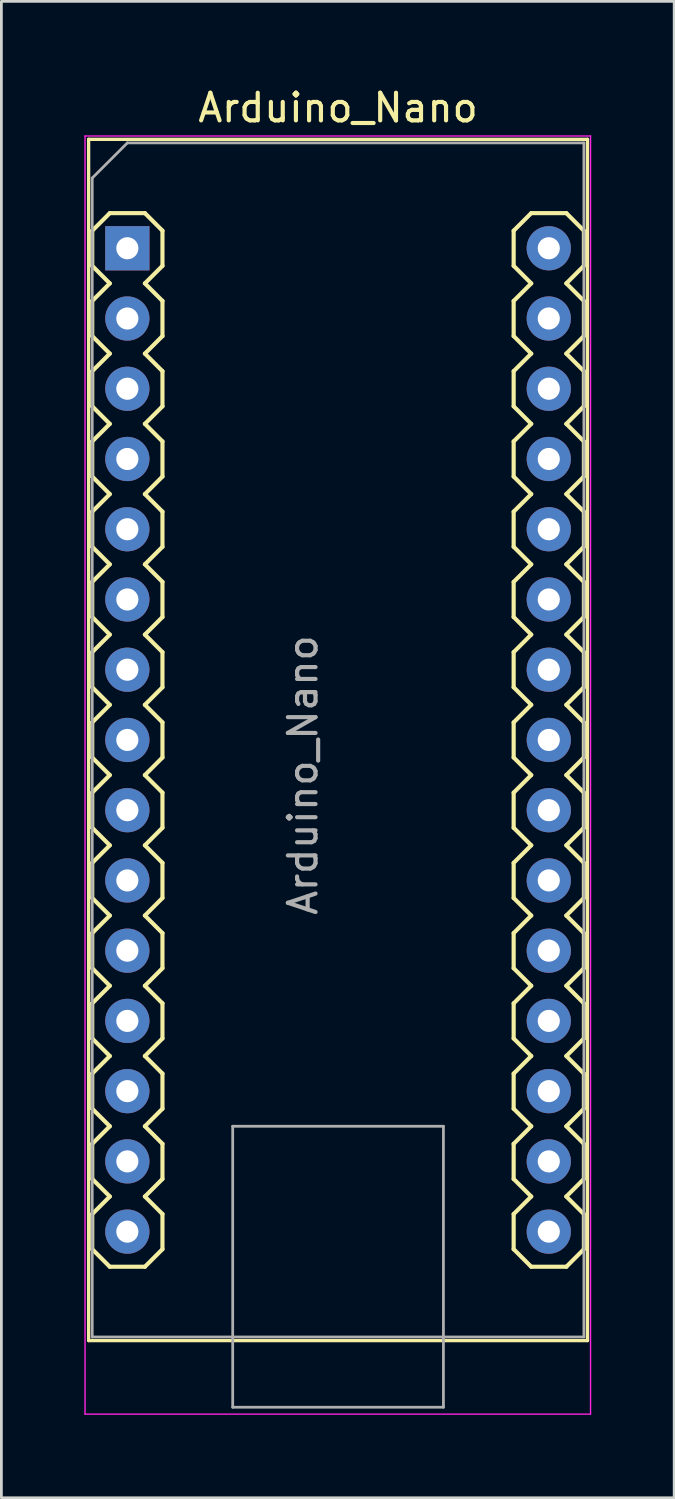
<source format=kicad_pcb>
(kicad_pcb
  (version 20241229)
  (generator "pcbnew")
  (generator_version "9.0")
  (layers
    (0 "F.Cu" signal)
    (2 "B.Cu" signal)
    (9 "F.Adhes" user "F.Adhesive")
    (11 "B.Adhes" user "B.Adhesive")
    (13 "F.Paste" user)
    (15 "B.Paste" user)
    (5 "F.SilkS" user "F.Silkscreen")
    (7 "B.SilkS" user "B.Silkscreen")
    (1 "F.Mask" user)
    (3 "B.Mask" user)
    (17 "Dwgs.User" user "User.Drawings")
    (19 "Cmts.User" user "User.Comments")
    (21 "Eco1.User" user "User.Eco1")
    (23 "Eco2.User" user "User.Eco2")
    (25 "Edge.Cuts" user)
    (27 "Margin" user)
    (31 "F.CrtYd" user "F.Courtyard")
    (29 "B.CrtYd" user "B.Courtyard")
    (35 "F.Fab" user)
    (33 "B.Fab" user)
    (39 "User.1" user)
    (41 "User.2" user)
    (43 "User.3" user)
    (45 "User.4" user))
  (footprint "Arduino_Nano"
    (layer "F.Cu")
    (at 1.555 5.928)
    (property "Reference" "Arduino_Nano" (at 7.62 -5.08 0) (layer "F.SilkS") (effects (font (size 1 1) (thickness 0.15))))
    (attr through_hole)
    (fp_line (start -1.4 -3.94) (end -1.4 39.5) (stroke (width 0.12) (type solid)) (layer "F.SilkS"))
    (fp_line (start -1.4 39.5) (end 16.64 39.5) (stroke (width 0.12) (type solid)) (layer "F.SilkS"))
    (fp_line (start -1.27 -0.635) (end -1.27 0.635) (stroke (width 0.15) (type solid)) (layer "F.SilkS"))
    (fp_line (start -1.27 0.635) (end -0.635 1.27) (stroke (width 0.15) (type solid)) (layer "F.SilkS"))
    (fp_line (start -1.27 1.905) (end -1.27 3.175) (stroke (width 0.15) (type solid)) (layer "F.SilkS"))
    (fp_line (start -1.27 3.175) (end -0.635 3.81) (stroke (width 0.15) (type solid)) (layer "F.SilkS"))
    (fp_line (start -1.27 4.445) (end -1.27 5.715) (stroke (width 0.15) (type solid)) (layer "F.SilkS"))
    (fp_line (start -1.27 5.715) (end -0.635 6.35) (stroke (width 0.15) (type solid)) (layer "F.SilkS"))
    (fp_line (start -1.27 6.985) (end -1.27 8.255) (stroke (width 0.15) (type solid)) (layer "F.SilkS"))
    (fp_line (start -1.27 8.255) (end -0.635 8.89) (stroke (width 0.15) (type solid)) (layer "F.SilkS"))
    (fp_line (start -1.27 9.525) (end -1.27 10.795) (stroke (width 0.15) (type solid)) (layer "F.SilkS"))
    (fp_line (start -1.27 10.795) (end -0.635 11.43) (stroke (width 0.15) (type solid)) (layer "F.SilkS"))
    (fp_line (start -1.27 12.065) (end -1.27 13.335) (stroke (width 0.15) (type solid)) (layer "F.SilkS"))
    (fp_line (start -1.27 13.335) (end -0.635 13.97) (stroke (width 0.15) (type solid)) (layer "F.SilkS"))
    (fp_line (start -1.27 14.605) (end -1.27 15.875) (stroke (width 0.15) (type solid)) (layer "F.SilkS"))
    (fp_line (start -1.27 15.875) (end -0.635 16.51) (stroke (width 0.15) (type solid)) (layer "F.SilkS"))
    (fp_line (start -1.27 17.145) (end -1.27 18.415) (stroke (width 0.15) (type solid)) (layer "F.SilkS"))
    (fp_line (start -1.27 18.415) (end -0.635 19.05) (stroke (width 0.15) (type solid)) (layer "F.SilkS"))
    (fp_line (start -1.27 19.685) (end -1.27 20.955) (stroke (width 0.15) (type solid)) (layer "F.SilkS"))
    (fp_line (start -1.27 20.955) (end -0.635 21.59) (stroke (width 0.15) (type solid)) (layer "F.SilkS"))
    (fp_line (start -1.27 22.225) (end -1.27 23.495) (stroke (width 0.15) (type solid)) (layer "F.SilkS"))
    (fp_line (start -1.27 23.495) (end -0.635 24.13) (stroke (width 0.15) (type solid)) (layer "F.SilkS"))
    (fp_line (start -1.27 24.765) (end -1.27 26.035) (stroke (width 0.15) (type solid)) (layer "F.SilkS"))
    (fp_line (start -1.27 26.035) (end -0.635 26.67) (stroke (width 0.15) (type solid)) (layer "F.SilkS"))
    (fp_line (start -1.27 27.305) (end -1.27 28.575) (stroke (width 0.15) (type solid)) (layer "F.SilkS"))
    (fp_line (start -1.27 28.575) (end -0.635 29.21) (stroke (width 0.15) (type solid)) (layer "F.SilkS"))
    (fp_line (start -1.27 29.845) (end -1.27 31.115) (stroke (width 0.15) (type solid)) (layer "F.SilkS"))
    (fp_line (start -1.27 31.115) (end -0.635 31.75) (stroke (width 0.15) (type solid)) (layer "F.SilkS"))
    (fp_line (start -1.27 32.385) (end -1.27 33.655) (stroke (width 0.15) (type solid)) (layer "F.SilkS"))
    (fp_line (start -1.27 33.655) (end -0.635 34.29) (stroke (width 0.15) (type solid)) (layer "F.SilkS"))
    (fp_line (start -1.27 34.925) (end -1.27 36.195) (stroke (width 0.15) (type solid)) (layer "F.SilkS"))
    (fp_line (start -1.27 36.195) (end -0.635 36.83) (stroke (width 0.15) (type solid)) (layer "F.SilkS"))
    (fp_line (start -0.635 -1.27) (end -1.27 -0.635) (stroke (width 0.15) (type solid)) (layer "F.SilkS"))
    (fp_line (start -0.635 -1.27) (end 0.635 -1.27) (stroke (width 0.15) (type solid)) (layer "F.SilkS"))
    (fp_line (start -0.635 1.27) (end -1.27 1.905) (stroke (width 0.15) (type solid)) (layer "F.SilkS"))
    (fp_line (start -0.635 3.81) (end -1.27 4.445) (stroke (width 0.15) (type solid)) (layer "F.SilkS"))
    (fp_line (start -0.635 6.35) (end -1.27 6.985) (stroke (width 0.15) (type solid)) (layer "F.SilkS"))
    (fp_line (start -0.635 8.89) (end -1.27 9.525) (stroke (width 0.15) (type solid)) (layer "F.SilkS"))
    (fp_line (start -0.635 11.43) (end -1.27 12.065) (stroke (width 0.15) (type solid)) (layer "F.SilkS"))
    (fp_line (start -0.635 13.97) (end -1.27 14.605) (stroke (width 0.15) (type solid)) (layer "F.SilkS"))
    (fp_line (start -0.635 16.51) (end -1.27 17.145) (stroke (width 0.15) (type solid)) (layer "F.SilkS"))
    (fp_line (start -0.635 19.05) (end -1.27 19.685) (stroke (width 0.15) (type solid)) (layer "F.SilkS"))
    (fp_line (start -0.635 21.59) (end -1.27 22.225) (stroke (width 0.15) (type solid)) (layer "F.SilkS"))
    (fp_line (start -0.635 24.13) (end -1.27 24.765) (stroke (width 0.15) (type solid)) (layer "F.SilkS"))
    (fp_line (start -0.635 26.67) (end -1.27 27.305) (stroke (width 0.15) (type solid)) (layer "F.SilkS"))
    (fp_line (start -0.635 29.21) (end -1.27 29.845) (stroke (width 0.15) (type solid)) (layer "F.SilkS"))
    (fp_line (start -0.635 31.75) (end -1.27 32.385) (stroke (width 0.15) (type solid)) (layer "F.SilkS"))
    (fp_line (start -0.635 34.29) (end -1.27 34.925) (stroke (width 0.15) (type solid)) (layer "F.SilkS"))
    (fp_line (start -0.635 36.83) (end 0.635 36.83) (stroke (width 0.15) (type solid)) (layer "F.SilkS"))
    (fp_line (start 0.635 1.27) (end 1.27 0.635) (stroke (width 0.15) (type solid)) (layer "F.SilkS"))
    (fp_line (start 0.635 3.81) (end 1.27 3.175) (stroke (width 0.15) (type solid)) (layer "F.SilkS"))
    (fp_line (start 0.635 6.35) (end 1.27 5.715) (stroke (width 0.15) (type solid)) (layer "F.SilkS"))
    (fp_line (start 0.635 8.89) (end 1.27 8.255) (stroke (width 0.15) (type solid)) (layer "F.SilkS"))
    (fp_line (start 0.635 11.43) (end 1.27 10.795) (stroke (width 0.15) (type solid)) (layer "F.SilkS"))
    (fp_line (start 0.635 13.97) (end 1.27 13.335) (stroke (width 0.15) (type solid)) (layer "F.SilkS"))
    (fp_line (start 0.635 16.51) (end 1.27 15.875) (stroke (width 0.15) (type solid)) (layer "F.SilkS"))
    (fp_line (start 0.635 19.05) (end 1.27 18.415) (stroke (width 0.15) (type solid)) (layer "F.SilkS"))
    (fp_line (start 0.635 21.59) (end 1.27 20.955) (stroke (width 0.15) (type solid)) (layer "F.SilkS"))
    (fp_line (start 0.635 24.13) (end 1.27 23.495) (stroke (width 0.15) (type solid)) (layer "F.SilkS"))
    (fp_line (start 0.635 26.67) (end 1.27 26.035) (stroke (width 0.15) (type solid)) (layer "F.SilkS"))
    (fp_line (start 0.635 29.21) (end 1.27 28.575) (stroke (width 0.15) (type solid)) (layer "F.SilkS"))
    (fp_line (start 0.635 31.75) (end 1.27 31.115) (stroke (width 0.15) (type solid)) (layer "F.SilkS"))
    (fp_line (start 0.635 34.29) (end 1.27 33.655) (stroke (width 0.15) (type solid)) (layer "F.SilkS"))
    (fp_line (start 0.635 36.83) (end 1.27 36.195) (stroke (width 0.15) (type solid)) (layer "F.SilkS"))
    (fp_line (start 1.27 -0.635) (end 0.635 -1.27) (stroke (width 0.15) (type solid)) (layer "F.SilkS"))
    (fp_line (start 1.27 0.635) (end 1.27 -0.635) (stroke (width 0.15) (type solid)) (layer "F.SilkS"))
    (fp_line (start 1.27 1.905) (end 0.635 1.27) (stroke (width 0.15) (type solid)) (layer "F.SilkS"))
    (fp_line (start 1.27 3.175) (end 1.27 1.905) (stroke (width 0.15) (type solid)) (layer "F.SilkS"))
    (fp_line (start 1.27 4.445) (end 0.635 3.81) (stroke (width 0.15) (type solid)) (layer "F.SilkS"))
    (fp_line (start 1.27 5.715) (end 1.27 4.445) (stroke (width 0.15) (type solid)) (layer "F.SilkS"))
    (fp_line (start 1.27 6.985) (end 0.635 6.35) (stroke (width 0.15) (type solid)) (layer "F.SilkS"))
    (fp_line (start 1.27 8.255) (end 1.27 6.985) (stroke (width 0.15) (type solid)) (layer "F.SilkS"))
    (fp_line (start 1.27 9.525) (end 0.635 8.89) (stroke (width 0.15) (type solid)) (layer "F.SilkS"))
    (fp_line (start 1.27 10.795) (end 1.27 9.525) (stroke (width 0.15) (type solid)) (layer "F.SilkS"))
    (fp_line (start 1.27 12.065) (end 0.635 11.43) (stroke (width 0.15) (type solid)) (layer "F.SilkS"))
    (fp_line (start 1.27 13.335) (end 1.27 12.065) (stroke (width 0.15) (type solid)) (layer "F.SilkS"))
    (fp_line (start 1.27 14.605) (end 0.635 13.97) (stroke (width 0.15) (type solid)) (layer "F.SilkS"))
    (fp_line (start 1.27 15.875) (end 1.27 14.605) (stroke (width 0.15) (type solid)) (layer "F.SilkS"))
    (fp_line (start 1.27 17.145) (end 0.635 16.51) (stroke (width 0.15) (type solid)) (layer "F.SilkS"))
    (fp_line (start 1.27 18.415) (end 1.27 17.145) (stroke (width 0.15) (type solid)) (layer "F.SilkS"))
    (fp_line (start 1.27 19.685) (end 0.635 19.05) (stroke (width 0.15) (type solid)) (layer "F.SilkS"))
    (fp_line (start 1.27 20.955) (end 1.27 19.685) (stroke (width 0.15) (type solid)) (layer "F.SilkS"))
    (fp_line (start 1.27 22.225) (end 0.635 21.59) (stroke (width 0.15) (type solid)) (layer "F.SilkS"))
    (fp_line (start 1.27 23.495) (end 1.27 22.225) (stroke (width 0.15) (type solid)) (layer "F.SilkS"))
    (fp_line (start 1.27 24.765) (end 0.635 24.13) (stroke (width 0.15) (type solid)) (layer "F.SilkS"))
    (fp_line (start 1.27 26.035) (end 1.27 24.765) (stroke (width 0.15) (type solid)) (layer "F.SilkS"))
    (fp_line (start 1.27 27.305) (end 0.635 26.67) (stroke (width 0.15) (type solid)) (layer "F.SilkS"))
    (fp_line (start 1.27 28.575) (end 1.27 27.305) (stroke (width 0.15) (type solid)) (layer "F.SilkS"))
    (fp_line (start 1.27 29.845) (end 0.635 29.21) (stroke (width 0.15) (type solid)) (layer "F.SilkS"))
    (fp_line (start 1.27 31.115) (end 1.27 29.845) (stroke (width 0.15) (type solid)) (layer "F.SilkS"))
    (fp_line (start 1.27 32.385) (end 0.635 31.75) (stroke (width 0.15) (type solid)) (layer "F.SilkS"))
    (fp_line (start 1.27 33.655) (end 1.27 32.385) (stroke (width 0.15) (type solid)) (layer "F.SilkS"))
    (fp_line (start 1.27 34.925) (end 0.635 34.29) (stroke (width 0.15) (type solid)) (layer "F.SilkS"))
    (fp_line (start 1.27 36.195) (end 1.27 34.925) (stroke (width 0.15) (type solid)) (layer "F.SilkS"))
    (fp_line (start 13.97 -0.635) (end 13.97 0.635) (stroke (width 0.15) (type solid)) (layer "F.SilkS"))
    (fp_line (start 13.97 0.635) (end 14.605 1.27) (stroke (width 0.15) (type solid)) (layer "F.SilkS"))
    (fp_line (start 13.97 1.905) (end 13.97 3.175) (stroke (width 0.15) (type solid)) (layer "F.SilkS"))
    (fp_line (start 13.97 3.175) (end 14.605 3.81) (stroke (width 0.15) (type solid)) (layer "F.SilkS"))
    (fp_line (start 13.97 4.445) (end 13.97 5.715) (stroke (width 0.15) (type solid)) (layer "F.SilkS"))
    (fp_line (start 13.97 5.715) (end 14.605 6.35) (stroke (width 0.15) (type solid)) (layer "F.SilkS"))
    (fp_line (start 13.97 6.985) (end 13.97 8.255) (stroke (width 0.15) (type solid)) (layer "F.SilkS"))
    (fp_line (start 13.97 8.255) (end 14.605 8.89) (stroke (width 0.15) (type solid)) (layer "F.SilkS"))
    (fp_line (start 13.97 9.525) (end 13.97 10.795) (stroke (width 0.15) (type solid)) (layer "F.SilkS"))
    (fp_line (start 13.97 10.795) (end 14.605 11.43) (stroke (width 0.15) (type solid)) (layer "F.SilkS"))
    (fp_line (start 13.97 12.065) (end 13.97 13.335) (stroke (width 0.15) (type solid)) (layer "F.SilkS"))
    (fp_line (start 13.97 13.335) (end 14.605 13.97) (stroke (width 0.15) (type solid)) (layer "F.SilkS"))
    (fp_line (start 13.97 14.605) (end 13.97 15.875) (stroke (width 0.15) (type solid)) (layer "F.SilkS"))
    (fp_line (start 13.97 15.875) (end 14.605 16.51) (stroke (width 0.15) (type solid)) (layer "F.SilkS"))
    (fp_line (start 13.97 17.145) (end 13.97 18.415) (stroke (width 0.15) (type solid)) (layer "F.SilkS"))
    (fp_line (start 13.97 18.415) (end 14.605 19.05) (stroke (width 0.15) (type solid)) (layer "F.SilkS"))
    (fp_line (start 13.97 19.685) (end 13.97 20.955) (stroke (width 0.15) (type solid)) (layer "F.SilkS"))
    (fp_line (start 13.97 20.955) (end 14.605 21.59) (stroke (width 0.15) (type solid)) (layer "F.SilkS"))
    (fp_line (start 13.97 22.225) (end 13.97 23.495) (stroke (width 0.15) (type solid)) (layer "F.SilkS"))
    (fp_line (start 13.97 23.495) (end 14.605 24.13) (stroke (width 0.15) (type solid)) (layer "F.SilkS"))
    (fp_line (start 13.97 24.765) (end 13.97 26.035) (stroke (width 0.15) (type solid)) (layer "F.SilkS"))
    (fp_line (start 13.97 26.035) (end 14.605 26.67) (stroke (width 0.15) (type solid)) (layer "F.SilkS"))
    (fp_line (start 13.97 27.305) (end 13.97 28.575) (stroke (width 0.15) (type solid)) (layer "F.SilkS"))
    (fp_line (start 13.97 28.575) (end 14.605 29.21) (stroke (width 0.15) (type solid)) (layer "F.SilkS"))
    (fp_line (start 13.97 29.845) (end 13.97 31.115) (stroke (width 0.15) (type solid)) (layer "F.SilkS"))
    (fp_line (start 13.97 31.115) (end 14.605 31.75) (stroke (width 0.15) (type solid)) (layer "F.SilkS"))
    (fp_line (start 13.97 32.385) (end 13.97 33.655) (stroke (width 0.15) (type solid)) (layer "F.SilkS"))
    (fp_line (start 13.97 33.655) (end 14.605 34.29) (stroke (width 0.15) (type solid)) (layer "F.SilkS"))
    (fp_line (start 13.97 34.925) (end 13.97 36.195) (stroke (width 0.15) (type solid)) (layer "F.SilkS"))
    (fp_line (start 13.97 36.195) (end 14.605 36.83) (stroke (width 0.15) (type solid)) (layer "F.SilkS"))
    (fp_line (start 14.605 -1.27) (end 13.97 -0.635) (stroke (width 0.15) (type solid)) (layer "F.SilkS"))
    (fp_line (start 14.605 1.27) (end 13.97 1.905) (stroke (width 0.15) (type solid)) (layer "F.SilkS"))
    (fp_line (start 14.605 3.81) (end 13.97 4.445) (stroke (width 0.15) (type solid)) (layer "F.SilkS"))
    (fp_line (start 14.605 6.35) (end 13.97 6.985) (stroke (width 0.15) (type solid)) (layer "F.SilkS"))
    (fp_line (start 14.605 8.89) (end 13.97 9.525) (stroke (width 0.15) (type solid)) (layer "F.SilkS"))
    (fp_line (start 14.605 11.43) (end 13.97 12.065) (stroke (width 0.15) (type solid)) (layer "F.SilkS"))
    (fp_line (start 14.605 13.97) (end 13.97 14.605) (stroke (width 0.15) (type solid)) (layer "F.SilkS"))
    (fp_line (start 14.605 16.51) (end 13.97 17.145) (stroke (width 0.15) (type solid)) (layer "F.SilkS"))
    (fp_line (start 14.605 19.05) (end 13.97 19.685) (stroke (width 0.15) (type solid)) (layer "F.SilkS"))
    (fp_line (start 14.605 21.59) (end 13.97 22.225) (stroke (width 0.15) (type solid)) (layer "F.SilkS"))
    (fp_line (start 14.605 24.13) (end 13.97 24.765) (stroke (width 0.15) (type solid)) (layer "F.SilkS"))
    (fp_line (start 14.605 26.67) (end 13.97 27.305) (stroke (width 0.15) (type solid)) (layer "F.SilkS"))
    (fp_line (start 14.605 29.21) (end 13.97 29.845) (stroke (width 0.15) (type solid)) (layer "F.SilkS"))
    (fp_line (start 14.605 31.75) (end 13.97 32.385) (stroke (width 0.15) (type solid)) (layer "F.SilkS"))
    (fp_line (start 14.605 34.29) (end 13.97 34.925) (stroke (width 0.15) (type solid)) (layer "F.SilkS"))
    (fp_line (start 14.605 36.83) (end 15.875 36.83) (stroke (width 0.15) (type solid)) (layer "F.SilkS"))
    (fp_line (start 15.875 -1.27) (end 14.605 -1.27) (stroke (width 0.15) (type solid)) (layer "F.SilkS"))
    (fp_line (start 15.875 1.27) (end 16.51 0.635) (stroke (width 0.15) (type solid)) (layer "F.SilkS"))
    (fp_line (start 15.875 3.81) (end 16.51 3.175) (stroke (width 0.15) (type solid)) (layer "F.SilkS"))
    (fp_line (start 15.875 6.35) (end 16.51 5.715) (stroke (width 0.15) (type solid)) (layer "F.SilkS"))
    (fp_line (start 15.875 8.89) (end 16.51 8.255) (stroke (width 0.15) (type solid)) (layer "F.SilkS"))
    (fp_line (start 15.875 11.43) (end 16.51 10.795) (stroke (width 0.15) (type solid)) (layer "F.SilkS"))
    (fp_line (start 15.875 13.97) (end 16.51 13.335) (stroke (width 0.15) (type solid)) (layer "F.SilkS"))
    (fp_line (start 15.875 16.51) (end 16.51 15.875) (stroke (width 0.15) (type solid)) (layer "F.SilkS"))
    (fp_line (start 15.875 19.05) (end 16.51 18.415) (stroke (width 0.15) (type solid)) (layer "F.SilkS"))
    (fp_line (start 15.875 21.59) (end 16.51 20.955) (stroke (width 0.15) (type solid)) (layer "F.SilkS"))
    (fp_line (start 15.875 24.13) (end 16.51 23.495) (stroke (width 0.15) (type solid)) (layer "F.SilkS"))
    (fp_line (start 15.875 26.67) (end 16.51 26.035) (stroke (width 0.15) (type solid)) (layer "F.SilkS"))
    (fp_line (start 15.875 29.21) (end 16.51 28.575) (stroke (width 0.15) (type solid)) (layer "F.SilkS"))
    (fp_line (start 15.875 31.75) (end 16.51 31.115) (stroke (width 0.15) (type solid)) (layer "F.SilkS"))
    (fp_line (start 15.875 34.29) (end 16.51 33.655) (stroke (width 0.15) (type solid)) (layer "F.SilkS"))
    (fp_line (start 15.875 36.83) (end 16.51 36.195) (stroke (width 0.15) (type solid)) (layer "F.SilkS"))
    (fp_line (start 16.51 -0.635) (end 15.875 -1.27) (stroke (width 0.15) (type solid)) (layer "F.SilkS"))
    (fp_line (start 16.51 0.635) (end 16.51 -0.635) (stroke (width 0.15) (type solid)) (layer "F.SilkS"))
    (fp_line (start 16.51 1.905) (end 15.875 1.27) (stroke (width 0.15) (type solid)) (layer "F.SilkS"))
    (fp_line (start 16.51 3.175) (end 16.51 1.905) (stroke (width 0.15) (type solid)) (layer "F.SilkS"))
    (fp_line (start 16.51 4.445) (end 15.875 3.81) (stroke (width 0.15) (type solid)) (layer "F.SilkS"))
    (fp_line (start 16.51 5.715) (end 16.51 4.445) (stroke (width 0.15) (type solid)) (layer "F.SilkS"))
    (fp_line (start 16.51 6.985) (end 15.875 6.35) (stroke (width 0.15) (type solid)) (layer "F.SilkS"))
    (fp_line (start 16.51 8.255) (end 16.51 6.985) (stroke (width 0.15) (type solid)) (layer "F.SilkS"))
    (fp_line (start 16.51 9.525) (end 15.875 8.89) (stroke (width 0.15) (type solid)) (layer "F.SilkS"))
    (fp_line (start 16.51 10.795) (end 16.51 9.525) (stroke (width 0.15) (type solid)) (layer "F.SilkS"))
    (fp_line (start 16.51 12.065) (end 15.875 11.43) (stroke (width 0.15) (type solid)) (layer "F.SilkS"))
    (fp_line (start 16.51 13.335) (end 16.51 12.065) (stroke (width 0.15) (type solid)) (layer "F.SilkS"))
    (fp_line (start 16.51 14.605) (end 15.875 13.97) (stroke (width 0.15) (type solid)) (layer "F.SilkS"))
    (fp_line (start 16.51 15.875) (end 16.51 14.605) (stroke (width 0.15) (type solid)) (layer "F.SilkS"))
    (fp_line (start 16.51 17.145) (end 15.875 16.51) (stroke (width 0.15) (type solid)) (layer "F.SilkS"))
    (fp_line (start 16.51 18.415) (end 16.51 17.145) (stroke (width 0.15) (type solid)) (layer "F.SilkS"))
    (fp_line (start 16.51 19.685) (end 15.875 19.05) (stroke (width 0.15) (type solid)) (layer "F.SilkS"))
    (fp_line (start 16.51 20.955) (end 16.51 19.685) (stroke (width 0.15) (type solid)) (layer "F.SilkS"))
    (fp_line (start 16.51 22.225) (end 15.875 21.59) (stroke (width 0.15) (type solid)) (layer "F.SilkS"))
    (fp_line (start 16.51 23.495) (end 16.51 22.225) (stroke (width 0.15) (type solid)) (layer "F.SilkS"))
    (fp_line (start 16.51 24.765) (end 15.875 24.13) (stroke (width 0.15) (type solid)) (layer "F.SilkS"))
    (fp_line (start 16.51 26.035) (end 16.51 24.765) (stroke (width 0.15) (type solid)) (layer "F.SilkS"))
    (fp_line (start 16.51 27.305) (end 15.875 26.67) (stroke (width 0.15) (type solid)) (layer "F.SilkS"))
    (fp_line (start 16.51 28.575) (end 16.51 27.305) (stroke (width 0.15) (type solid)) (layer "F.SilkS"))
    (fp_line (start 16.51 29.845) (end 15.875 29.21) (stroke (width 0.15) (type solid)) (layer "F.SilkS"))
    (fp_line (start 16.51 31.115) (end 16.51 29.845) (stroke (width 0.15) (type solid)) (layer "F.SilkS"))
    (fp_line (start 16.51 32.385) (end 15.875 31.75) (stroke (width 0.15) (type solid)) (layer "F.SilkS"))
    (fp_line (start 16.51 33.655) (end 16.51 32.385) (stroke (width 0.15) (type solid)) (layer "F.SilkS"))
    (fp_line (start 16.51 34.925) (end 15.875 34.29) (stroke (width 0.15) (type solid)) (layer "F.SilkS"))
    (fp_line (start 16.51 36.195) (end 16.51 34.925) (stroke (width 0.15) (type solid)) (layer "F.SilkS"))
    (fp_line (start 16.64 -3.94) (end -1.4 -3.94) (stroke (width 0.12) (type solid)) (layer "F.SilkS"))
    (fp_line (start 16.64 39.5) (end 16.64 -3.94) (stroke (width 0.12) (type solid)) (layer "F.SilkS"))
    (fp_line (start -1.53 -4.06) (end -1.53 42.16) (stroke (width 0.05) (type solid)) (layer "F.CrtYd"))
    (fp_line (start -1.53 -4.06) (end 16.75 -4.06) (stroke (width 0.05) (type solid)) (layer "F.CrtYd"))
    (fp_line (start 16.75 42.16) (end -1.53 42.16) (stroke (width 0.05) (type solid)) (layer "F.CrtYd"))
    (fp_line (start 16.75 42.16) (end 16.75 -4.06) (stroke (width 0.05) (type solid)) (layer "F.CrtYd"))
    (fp_line (start -1.27 -2.54) (end 0 -3.81) (stroke (width 0.1) (type solid)) (layer "F.Fab"))
    (fp_line (start -1.27 39.37) (end -1.27 -2.54) (stroke (width 0.1) (type solid)) (layer "F.Fab"))
    (fp_line (start 0 -3.81) (end 16.51 -3.81) (stroke (width 0.1) (type solid)) (layer "F.Fab"))
    (fp_line (start 3.81 31.75) (end 11.43 31.75) (stroke (width 0.1) (type solid)) (layer "F.Fab"))
    (fp_line (start 3.81 41.91) (end 3.81 31.75) (stroke (width 0.1) (type solid)) (layer "F.Fab"))
    (fp_line (start 11.43 31.75) (end 11.43 41.91) (stroke (width 0.1) (type solid)) (layer "F.Fab"))
    (fp_line (start 11.43 41.91) (end 3.81 41.91) (stroke (width 0.1) (type solid)) (layer "F.Fab"))
    (fp_line (start 16.51 -3.81) (end 16.51 39.37) (stroke (width 0.1) (type solid)) (layer "F.Fab"))
    (fp_line (start 16.51 39.37) (end -1.27 39.37) (stroke (width 0.1) (type solid)) (layer "F.Fab"))
    (fp_text user "${REFERENCE}" (at 6.35 19.05 90) (layer "F.Fab") (effects (font (size 1 1) (thickness 0.15))))
    (pad "1" thru_hole rect (at 0 0) (size 1.6 1.6) (drill 0.8) (layers "*.Cu" "*.Mask"))
    (pad "2" thru_hole oval (at 0 2.54) (size 1.6 1.6) (drill 0.8) (layers "*.Cu" "*.Mask"))
    (pad "3" thru_hole oval (at 0 5.08) (size 1.6 1.6) (drill 0.8) (layers "*.Cu" "*.Mask"))
    (pad "4" thru_hole oval (at 0 7.62) (size 1.6 1.6) (drill 0.8) (layers "*.Cu" "*.Mask"))
    (pad "5" thru_hole oval (at 0 10.16) (size 1.6 1.6) (drill 0.8) (layers "*.Cu" "*.Mask"))
    (pad "6" thru_hole oval (at 0 12.7) (size 1.6 1.6) (drill 0.8) (layers "*.Cu" "*.Mask"))
    (pad "7" thru_hole oval (at 0 15.24) (size 1.6 1.6) (drill 0.8) (layers "*.Cu" "*.Mask"))
    (pad "8" thru_hole oval (at 0 17.78) (size 1.6 1.6) (drill 0.8) (layers "*.Cu" "*.Mask"))
    (pad "9" thru_hole oval (at 0 20.32) (size 1.6 1.6) (drill 0.8) (layers "*.Cu" "*.Mask"))
    (pad "10" thru_hole oval (at 0 22.86) (size 1.6 1.6) (drill 0.8) (layers "*.Cu" "*.Mask"))
    (pad "11" thru_hole oval (at 0 25.4) (size 1.6 1.6) (drill 0.8) (layers "*.Cu" "*.Mask"))
    (pad "12" thru_hole oval (at 0 27.94) (size 1.6 1.6) (drill 0.8) (layers "*.Cu" "*.Mask"))
    (pad "13" thru_hole oval (at 0 30.48) (size 1.6 1.6) (drill 0.8) (layers "*.Cu" "*.Mask"))
    (pad "14" thru_hole oval (at 0 33.02) (size 1.6 1.6) (drill 0.8) (layers "*.Cu" "*.Mask"))
    (pad "15" thru_hole oval (at 0 35.56) (size 1.6 1.6) (drill 0.8) (layers "*.Cu" "*.Mask"))
    (pad "16" thru_hole oval (at 15.24 35.56) (size 1.6 1.6) (drill 0.8) (layers "*.Cu" "*.Mask"))
    (pad "17" thru_hole oval (at 15.24 33.02) (size 1.6 1.6) (drill 0.8) (layers "*.Cu" "*.Mask"))
    (pad "18" thru_hole oval (at 15.24 30.48) (size 1.6 1.6) (drill 0.8) (layers "*.Cu" "*.Mask"))
    (pad "19" thru_hole oval (at 15.24 27.94) (size 1.6 1.6) (drill 0.8) (layers "*.Cu" "*.Mask"))
    (pad "20" thru_hole oval (at 15.24 25.4) (size 1.6 1.6) (drill 0.8) (layers "*.Cu" "*.Mask"))
    (pad "21" thru_hole oval (at 15.24 22.86) (size 1.6 1.6) (drill 0.8) (layers "*.Cu" "*.Mask"))
    (pad "22" thru_hole oval (at 15.24 20.32) (size 1.6 1.6) (drill 0.8) (layers "*.Cu" "*.Mask"))
    (pad "23" thru_hole oval (at 15.24 17.78) (size 1.6 1.6) (drill 0.8) (layers "*.Cu" "*.Mask"))
    (pad "24" thru_hole oval (at 15.24 15.24) (size 1.6 1.6) (drill 0.8) (layers "*.Cu" "*.Mask"))
    (pad "25" thru_hole oval (at 15.24 12.7) (size 1.6 1.6) (drill 0.8) (layers "*.Cu" "*.Mask"))
    (pad "26" thru_hole oval (at 15.24 10.16) (size 1.6 1.6) (drill 0.8) (layers "*.Cu" "*.Mask"))
    (pad "27" thru_hole oval (at 15.24 7.62) (size 1.6 1.6) (drill 0.8) (layers "*.Cu" "*.Mask"))
    (pad "28" thru_hole oval (at 15.24 5.08) (size 1.6 1.6) (drill 0.8) (layers "*.Cu" "*.Mask"))
    (pad "29" thru_hole oval (at 15.24 2.54) (size 1.6 1.6) (drill 0.8) (layers "*.Cu" "*.Mask"))
    (pad "30" thru_hole oval (at 15.24 0) (size 1.6 1.6) (drill 0.8) (layers "*.Cu" "*.Mask")))
  (gr_rect
    (start -3 -3)
    (end 21.33 51.113)
    (stroke (width 0.1) (type default))
    (fill no)
    (layer "Edge.Cuts")))
</source>
